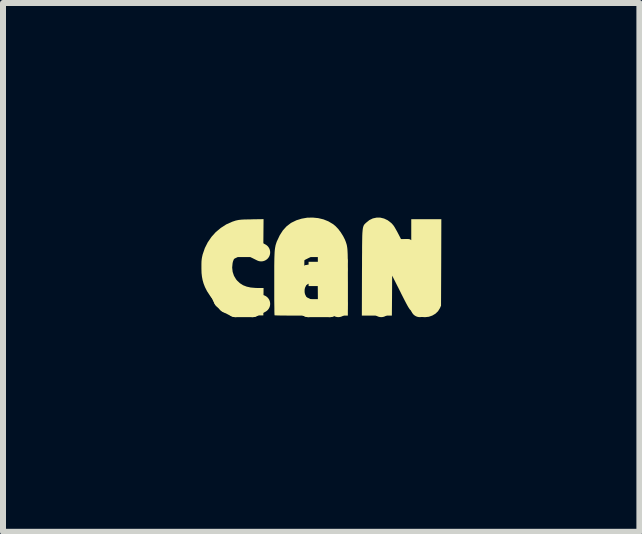
<source format=kicad_pcb>
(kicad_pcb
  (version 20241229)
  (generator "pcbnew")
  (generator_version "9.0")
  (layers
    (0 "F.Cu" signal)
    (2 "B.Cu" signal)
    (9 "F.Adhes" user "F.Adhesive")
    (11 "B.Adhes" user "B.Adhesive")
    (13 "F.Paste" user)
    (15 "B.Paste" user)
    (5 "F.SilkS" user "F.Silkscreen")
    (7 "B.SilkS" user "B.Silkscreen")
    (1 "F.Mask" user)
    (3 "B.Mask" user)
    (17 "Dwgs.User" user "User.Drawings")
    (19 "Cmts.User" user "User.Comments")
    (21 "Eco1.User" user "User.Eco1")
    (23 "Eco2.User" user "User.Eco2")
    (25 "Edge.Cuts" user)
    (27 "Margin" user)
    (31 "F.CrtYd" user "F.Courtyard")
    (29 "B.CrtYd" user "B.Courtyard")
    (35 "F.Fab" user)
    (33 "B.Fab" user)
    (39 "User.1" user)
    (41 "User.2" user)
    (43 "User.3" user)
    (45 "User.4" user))
  (footprint "can"
    (layer "F.Cu")
    (at 2.3 1.404)
    (property "Reference" "can" (at 0 0 0) (layer "F.SilkS") (effects (font (size 1.5 1.5) (thickness 0.3))))
    (attr board_only exclude_from_pos_files exclude_from_bom)
    (fp_poly (pts (xy 0.985 -0.829) (xy 1.047 -0.814) (xy 1.108 -0.785) (xy 1.164 -0.742) (xy 1.176 -0.731) (xy 1.188 -0.717) (xy 1.201 -0.702) (xy 1.214 -0.684) (xy 1.228 -0.661) (xy 1.245 -0.631) (xy 1.266 -0.594) (xy 1.291 -0.546) (xy 1.321 -0.488) (xy 1.357 -0.417) (xy 1.36 -0.411) (xy 1.5 -0.137) (xy 1.5 -0.47) (xy 1.5 -0.803) (xy 1.751 -0.803) (xy 2.001 -0.803) (xy 1.999 -0.083) (xy 1.996 0.637) (xy 1.977 0.68) (xy 1.946 0.73) (xy 1.903 0.771) (xy 1.851 0.802) (xy 1.793 0.822) (xy 1.73 0.829) (xy 1.68 0.826) (xy 1.626 0.812) (xy 1.576 0.787) (xy 1.525 0.749) (xy 1.511 0.736) (xy 1.498 0.723) (xy 1.486 0.71) (xy 1.474 0.697) (xy 1.463 0.68) (xy 1.449 0.659) (xy 1.434 0.632) (xy 1.415 0.597) (xy 1.392 0.553) (xy 1.364 0.498) (xy 1.33 0.431) (xy 1.321 0.412) (xy 1.182 0.137) (xy 1.18 0.47) (xy 1.177 0.803) (xy 0.927 0.803) (xy 0.677 0.803) (xy 0.679 0.091) (xy 0.68 -0.038) (xy 0.68 -0.151) (xy 0.681 -0.25) (xy 0.681 -0.337) (xy 0.682 -0.411) (xy 0.683 -0.474) (xy 0.684 -0.527) (xy 0.686 -0.571) (xy 0.689 -0.608) (xy 0.692 -0.637) (xy 0.696 -0.661) (xy 0.701 -0.679) (xy 0.706 -0.694) (xy 0.713 -0.706) (xy 0.72 -0.717) (xy 0.729 -0.726) (xy 0.739 -0.736) (xy 0.749 -0.745) (xy 0.802 -0.788) (xy 0.86 -0.816) (xy 0.921 -0.829)) (stroke (width 0) (type solid)) (fill yes) (layer "F.SilkS"))
    (fp_poly (pts (xy -0.962 -0.575) (xy -0.964 -0.347) (xy -1.093 -0.343) (xy -1.141 -0.341) (xy -1.177 -0.339) (xy -1.204 -0.337) (xy -1.225 -0.333) (xy -1.243 -0.327) (xy -1.263 -0.319) (xy -1.284 -0.309) (xy -1.351 -0.27) (xy -1.404 -0.221) (xy -1.444 -0.164) (xy -1.47 -0.097) (xy -1.476 -0.07) (xy -1.483 0.003) (xy -1.475 0.074) (xy -1.453 0.14) (xy -1.417 0.2) (xy -1.399 0.221) (xy -1.353 0.264) (xy -1.301 0.297) (xy -1.242 0.32) (xy -1.174 0.335) (xy -1.094 0.342) (xy -1.055 0.343) (xy -0.96 0.343) (xy -0.962 0.571) (xy -0.964 0.799) (xy -1.105 0.8) (xy -1.157 0.799) (xy -1.207 0.799) (xy -1.253 0.798) (xy -1.29 0.796) (xy -1.307 0.795) (xy -1.381 0.783) (xy -1.458 0.763) (xy -1.53 0.737) (xy -1.544 0.731) (xy -1.627 0.685) (xy -1.707 0.626) (xy -1.781 0.557) (xy -1.847 0.479) (xy -1.901 0.397) (xy -1.936 0.328) (xy -1.959 0.269) (xy -1.975 0.213) (xy -1.986 0.156) (xy -1.993 0.094) (xy -1.995 0.021) (xy -1.995 -0.004) (xy -1.995 -0.057) (xy -1.994 -0.097) (xy -1.991 -0.13) (xy -1.987 -0.159) (xy -1.981 -0.188) (xy -1.974 -0.217) (xy -1.938 -0.322) (xy -1.889 -0.419) (xy -1.827 -0.509) (xy -1.755 -0.589) (xy -1.672 -0.658) (xy -1.582 -0.716) (xy -1.484 -0.76) (xy -1.424 -0.78) (xy -1.401 -0.785) (xy -1.378 -0.79) (xy -1.353 -0.793) (xy -1.323 -0.796) (xy -1.284 -0.798) (xy -1.235 -0.799) (xy -1.173 -0.8) (xy -1.159 -0.801) (xy -0.96 -0.804)) (stroke (width 0) (type solid)) (fill yes) (layer "F.SilkS"))
    (fp_poly (pts (xy -0.05 -0.821) (xy 0.038 -0.8) (xy 0.12 -0.767) (xy 0.194 -0.723) (xy 0.238 -0.688) (xy 0.283 -0.641) (xy 0.326 -0.584) (xy 0.365 -0.522) (xy 0.395 -0.463) (xy 0.398 -0.455) (xy 0.407 -0.433) (xy 0.414 -0.413) (xy 0.42 -0.394) (xy 0.426 -0.374) (xy 0.43 -0.352) (xy 0.434 -0.327) (xy 0.437 -0.298) (xy 0.439 -0.262) (xy 0.441 -0.22) (xy 0.442 -0.169) (xy 0.443 -0.109) (xy 0.443 -0.037) (xy 0.443 0.047) (xy 0.443 0.144) (xy 0.444 0.252) (xy 0.444 0.803) (xy 0.196 0.801) (xy -0.052 0.799) (xy -0.055 0.555) (xy -0.057 0.311) (xy -0.133 0.311) (xy -0.21 0.311) (xy -0.21 0.109) (xy -0.21 -0.093) (xy -0.133 -0.093) (xy -0.056 -0.093) (xy -0.056 -0.191) (xy -0.057 -0.234) (xy -0.058 -0.264) (xy -0.061 -0.285) (xy -0.066 -0.301) (xy -0.073 -0.315) (xy -0.073 -0.316) (xy -0.1 -0.346) (xy -0.135 -0.363) (xy -0.173 -0.367) (xy -0.201 -0.364) (xy -0.223 -0.353) (xy -0.237 -0.342) (xy -0.258 -0.319) (xy -0.272 -0.293) (xy -0.274 -0.288) (xy -0.276 -0.273) (xy -0.277 -0.243) (xy -0.279 -0.198) (xy -0.28 -0.138) (xy -0.281 -0.065) (xy -0.282 0.021) (xy -0.282 0.12) (xy -0.282 0.231) (xy -0.282 0.272) (xy -0.282 0.803) (xy -0.527 0.803) (xy -0.588 0.802) (xy -0.644 0.802) (xy -0.693 0.801) (xy -0.732 0.8) (xy -0.761 0.799) (xy -0.775 0.798) (xy -0.777 0.797) (xy -0.778 0.788) (xy -0.779 0.765) (xy -0.78 0.728) (xy -0.78 0.679) (xy -0.781 0.619) (xy -0.782 0.55) (xy -0.782 0.473) (xy -0.782 0.39) (xy -0.782 0.301) (xy -0.782 0.274) (xy -0.782 0.161) (xy -0.782 0.063) (xy -0.782 -0.022) (xy -0.781 -0.094) (xy -0.78 -0.156) (xy -0.778 -0.208) (xy -0.776 -0.252) (xy -0.773 -0.289) (xy -0.769 -0.32) (xy -0.764 -0.347) (xy -0.759 -0.372) (xy -0.752 -0.394) (xy -0.745 -0.416) (xy -0.736 -0.44) (xy -0.734 -0.443) (xy -0.69 -0.536) (xy -0.638 -0.617) (xy -0.577 -0.684) (xy -0.508 -0.737) (xy -0.495 -0.745) (xy -0.413 -0.785) (xy -0.325 -0.812) (xy -0.234 -0.828) (xy -0.141 -0.83)) (stroke (width 0) (type solid)) (fill yes) (layer "F.SilkS")))
  (gr_rect
    (start -3 -3)
    (end 7.6 5.808)
    (stroke (width 0.1) (type default))
    (fill no)
    (layer "Edge.Cuts")))
</source>
